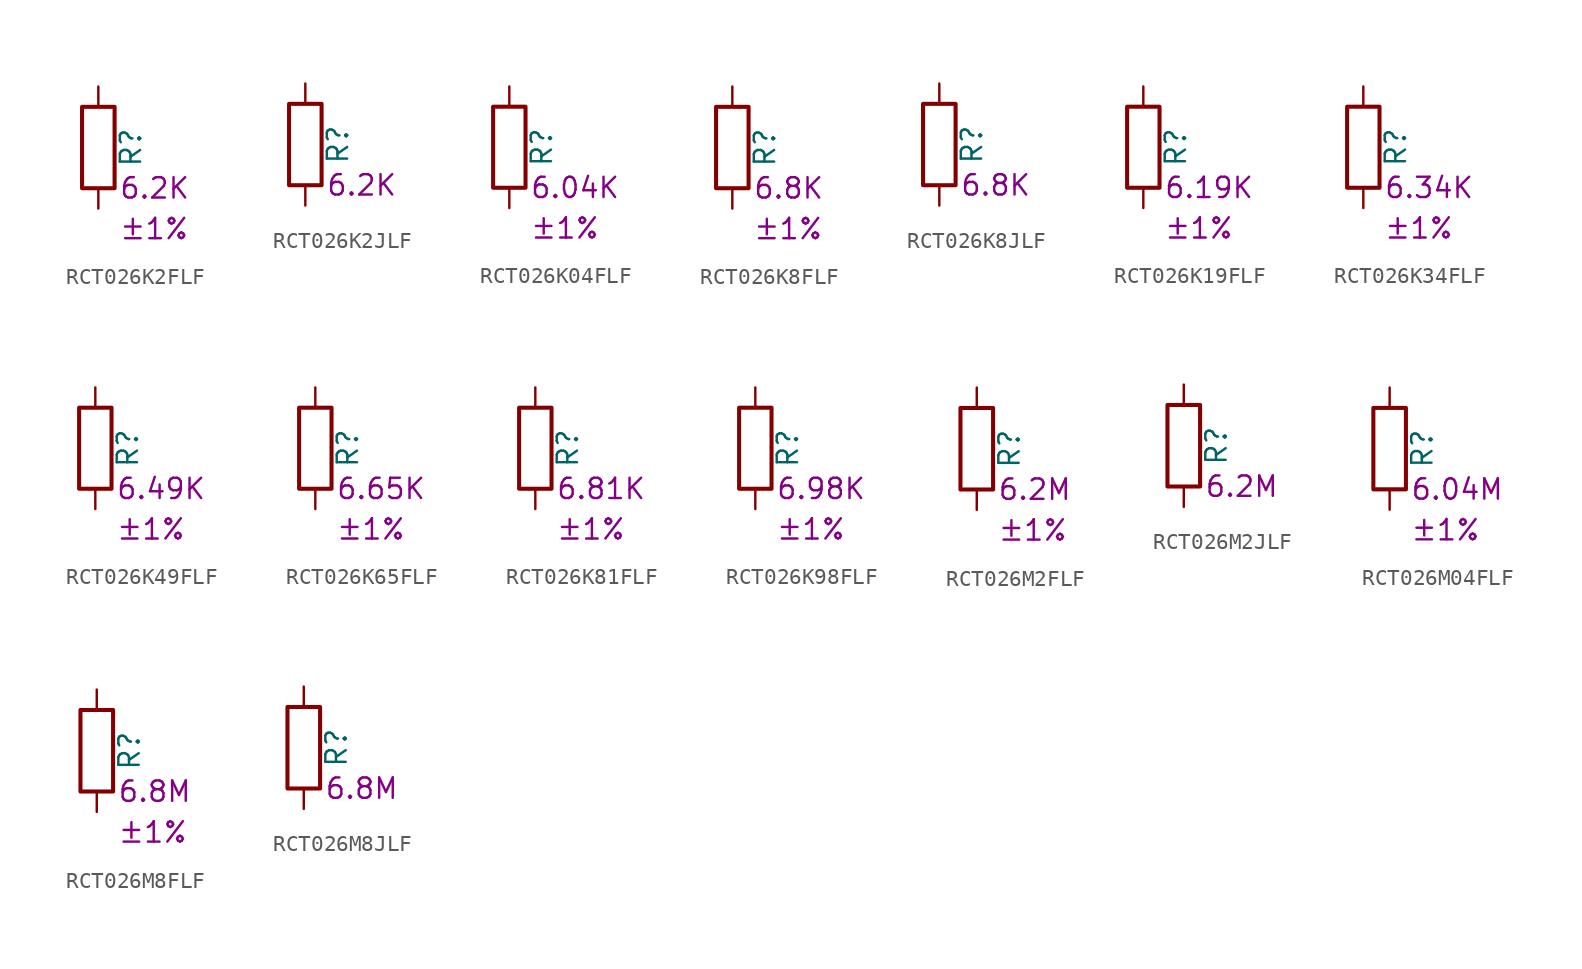
<source format=kicad_sym>
(kicad_symbol_lib
  (version 20220914)
  (generator kicad_symbol_editor)
  (symbol "RCT026K2FLF"
    (pin_numbers hide)
    (pin_names
      (offset 0))
    (property "Reference" "R"
      (at 2.032 0 90)
      (effects (font (size 1.27 1.27))))
    (property "Resistance" "6.2K"
      (at 1.27 -2.54 0)
      (effects (font (size 1.27 1.27)) (justify left)))
    (property "Tolerance" "±1%"
      (at 1.27 -5.08 0)
      (effects (font (size 1.27 1.27)) (justify left)))
    (symbol "RCT026K2FLF_0_1"
      (rectangle (start -1.016 -2.54) (end 1.016 2.54) (stroke (width 0.254) (type default)) (fill (type none))))
    (symbol "RCT026K2FLF_1_1"
      (pin passive line (at 0 3.81 270) (length 1.27) (name "~" (effects (font (size 1.27 1.27)))) (number "1" (effects (font (size 1.27 1.27)))))
      (pin passive line (at 0 -3.81 90) (length 1.27) (name "~" (effects (font (size 1.27 1.27)))) (number "2" (effects (font (size 1.27 1.27)))))))
  (symbol "RCT026K2JLF"
    (pin_numbers hide)
    (pin_names
      (offset 0))
    (property "Reference" "R"
      (at 2.032 0 90)
      (effects (font (size 1.27 1.27))))
    (property "Resistance" "6.2K"
      (at 1.27 -2.54 0)
      (effects (font (size 1.27 1.27)) (justify left)))
    (symbol "RCT026K2JLF_0_1"
      (rectangle (start -1.016 -2.54) (end 1.016 2.54) (stroke (width 0.254) (type default)) (fill (type none))))
    (symbol "RCT026K2JLF_1_1"
      (pin passive line (at 0 3.81 270) (length 1.27) (name "~" (effects (font (size 1.27 1.27)))) (number "1" (effects (font (size 1.27 1.27)))))
      (pin passive line (at 0 -3.81 90) (length 1.27) (name "~" (effects (font (size 1.27 1.27)))) (number "2" (effects (font (size 1.27 1.27)))))))
  (symbol "RCT026K04FLF"
    (pin_numbers hide)
    (pin_names
      (offset 0))
    (property "Reference" "R"
      (at 2.032 0 90)
      (effects (font (size 1.27 1.27))))
    (property "Resistance" "6.04K"
      (at 1.27 -2.54 0)
      (effects (font (size 1.27 1.27)) (justify left)))
    (property "Tolerance" "±1%"
      (at 1.27 -5.08 0)
      (effects (font (size 1.27 1.27)) (justify left)))
    (symbol "RCT026K04FLF_0_1"
      (rectangle (start -1.016 -2.54) (end 1.016 2.54) (stroke (width 0.254) (type default)) (fill (type none))))
    (symbol "RCT026K04FLF_1_1"
      (pin passive line (at 0 3.81 270) (length 1.27) (name "~" (effects (font (size 1.27 1.27)))) (number "1" (effects (font (size 1.27 1.27)))))
      (pin passive line (at 0 -3.81 90) (length 1.27) (name "~" (effects (font (size 1.27 1.27)))) (number "2" (effects (font (size 1.27 1.27)))))))
  (symbol "RCT026K8FLF"
    (pin_numbers hide)
    (pin_names
      (offset 0))
    (property "Reference" "R"
      (at 2.032 0 90)
      (effects (font (size 1.27 1.27))))
    (property "Resistance" "6.8K"
      (at 1.27 -2.54 0)
      (effects (font (size 1.27 1.27)) (justify left)))
    (property "Tolerance" "±1%"
      (at 1.27 -5.08 0)
      (effects (font (size 1.27 1.27)) (justify left)))
    (symbol "RCT026K8FLF_0_1"
      (rectangle (start -1.016 -2.54) (end 1.016 2.54) (stroke (width 0.254) (type default)) (fill (type none))))
    (symbol "RCT026K8FLF_1_1"
      (pin passive line (at 0 3.81 270) (length 1.27) (name "~" (effects (font (size 1.27 1.27)))) (number "1" (effects (font (size 1.27 1.27)))))
      (pin passive line (at 0 -3.81 90) (length 1.27) (name "~" (effects (font (size 1.27 1.27)))) (number "2" (effects (font (size 1.27 1.27)))))))
  (symbol "RCT026K8JLF"
    (pin_numbers hide)
    (pin_names
      (offset 0))
    (property "Reference" "R"
      (at 2.032 0 90)
      (effects (font (size 1.27 1.27))))
    (property "Resistance" "6.8K"
      (at 1.27 -2.54 0)
      (effects (font (size 1.27 1.27)) (justify left)))
    (symbol "RCT026K8JLF_0_1"
      (rectangle (start -1.016 -2.54) (end 1.016 2.54) (stroke (width 0.254) (type default)) (fill (type none))))
    (symbol "RCT026K8JLF_1_1"
      (pin passive line (at 0 3.81 270) (length 1.27) (name "~" (effects (font (size 1.27 1.27)))) (number "1" (effects (font (size 1.27 1.27)))))
      (pin passive line (at 0 -3.81 90) (length 1.27) (name "~" (effects (font (size 1.27 1.27)))) (number "2" (effects (font (size 1.27 1.27)))))))
  (symbol "RCT026K19FLF"
    (pin_numbers hide)
    (pin_names
      (offset 0))
    (property "Reference" "R"
      (at 2.032 0 90)
      (effects (font (size 1.27 1.27))))
    (property "Resistance" "6.19K"
      (at 1.27 -2.54 0)
      (effects (font (size 1.27 1.27)) (justify left)))
    (property "Tolerance" "±1%"
      (at 1.27 -5.08 0)
      (effects (font (size 1.27 1.27)) (justify left)))
    (symbol "RCT026K19FLF_0_1"
      (rectangle (start -1.016 -2.54) (end 1.016 2.54) (stroke (width 0.254) (type default)) (fill (type none))))
    (symbol "RCT026K19FLF_1_1"
      (pin passive line (at 0 3.81 270) (length 1.27) (name "~" (effects (font (size 1.27 1.27)))) (number "1" (effects (font (size 1.27 1.27)))))
      (pin passive line (at 0 -3.81 90) (length 1.27) (name "~" (effects (font (size 1.27 1.27)))) (number "2" (effects (font (size 1.27 1.27)))))))
  (symbol "RCT026K34FLF"
    (pin_numbers hide)
    (pin_names
      (offset 0))
    (property "Reference" "R"
      (at 2.032 0 90)
      (effects (font (size 1.27 1.27))))
    (property "Resistance" "6.34K"
      (at 1.27 -2.54 0)
      (effects (font (size 1.27 1.27)) (justify left)))
    (property "Tolerance" "±1%"
      (at 1.27 -5.08 0)
      (effects (font (size 1.27 1.27)) (justify left)))
    (symbol "RCT026K34FLF_0_1"
      (rectangle (start -1.016 -2.54) (end 1.016 2.54) (stroke (width 0.254) (type default)) (fill (type none))))
    (symbol "RCT026K34FLF_1_1"
      (pin passive line (at 0 3.81 270) (length 1.27) (name "~" (effects (font (size 1.27 1.27)))) (number "1" (effects (font (size 1.27 1.27)))))
      (pin passive line (at 0 -3.81 90) (length 1.27) (name "~" (effects (font (size 1.27 1.27)))) (number "2" (effects (font (size 1.27 1.27)))))))
  (symbol "RCT026K49FLF"
    (pin_numbers hide)
    (pin_names
      (offset 0))
    (property "Reference" "R"
      (at 2.032 0 90)
      (effects (font (size 1.27 1.27))))
    (property "Resistance" "6.49K"
      (at 1.27 -2.54 0)
      (effects (font (size 1.27 1.27)) (justify left)))
    (property "Tolerance" "±1%"
      (at 1.27 -5.08 0)
      (effects (font (size 1.27 1.27)) (justify left)))
    (symbol "RCT026K49FLF_0_1"
      (rectangle (start -1.016 -2.54) (end 1.016 2.54) (stroke (width 0.254) (type default)) (fill (type none))))
    (symbol "RCT026K49FLF_1_1"
      (pin passive line (at 0 3.81 270) (length 1.27) (name "~" (effects (font (size 1.27 1.27)))) (number "1" (effects (font (size 1.27 1.27)))))
      (pin passive line (at 0 -3.81 90) (length 1.27) (name "~" (effects (font (size 1.27 1.27)))) (number "2" (effects (font (size 1.27 1.27)))))))
  (symbol "RCT026K65FLF"
    (pin_numbers hide)
    (pin_names
      (offset 0))
    (property "Reference" "R"
      (at 2.032 0 90)
      (effects (font (size 1.27 1.27))))
    (property "Resistance" "6.65K"
      (at 1.27 -2.54 0)
      (effects (font (size 1.27 1.27)) (justify left)))
    (property "Tolerance" "±1%"
      (at 1.27 -5.08 0)
      (effects (font (size 1.27 1.27)) (justify left)))
    (symbol "RCT026K65FLF_0_1"
      (rectangle (start -1.016 -2.54) (end 1.016 2.54) (stroke (width 0.254) (type default)) (fill (type none))))
    (symbol "RCT026K65FLF_1_1"
      (pin passive line (at 0 3.81 270) (length 1.27) (name "~" (effects (font (size 1.27 1.27)))) (number "1" (effects (font (size 1.27 1.27)))))
      (pin passive line (at 0 -3.81 90) (length 1.27) (name "~" (effects (font (size 1.27 1.27)))) (number "2" (effects (font (size 1.27 1.27)))))))
  (symbol "RCT026K81FLF"
    (pin_numbers hide)
    (pin_names
      (offset 0))
    (property "Reference" "R"
      (at 2.032 0 90)
      (effects (font (size 1.27 1.27))))
    (property "Resistance" "6.81K"
      (at 1.27 -2.54 0)
      (effects (font (size 1.27 1.27)) (justify left)))
    (property "Tolerance" "±1%"
      (at 1.27 -5.08 0)
      (effects (font (size 1.27 1.27)) (justify left)))
    (symbol "RCT026K81FLF_0_1"
      (rectangle (start -1.016 -2.54) (end 1.016 2.54) (stroke (width 0.254) (type default)) (fill (type none))))
    (symbol "RCT026K81FLF_1_1"
      (pin passive line (at 0 3.81 270) (length 1.27) (name "~" (effects (font (size 1.27 1.27)))) (number "1" (effects (font (size 1.27 1.27)))))
      (pin passive line (at 0 -3.81 90) (length 1.27) (name "~" (effects (font (size 1.27 1.27)))) (number "2" (effects (font (size 1.27 1.27)))))))
  (symbol "RCT026K98FLF"
    (pin_numbers hide)
    (pin_names
      (offset 0))
    (property "Reference" "R"
      (at 2.032 0 90)
      (effects (font (size 1.27 1.27))))
    (property "Resistance" "6.98K"
      (at 1.27 -2.54 0)
      (effects (font (size 1.27 1.27)) (justify left)))
    (property "Tolerance" "±1%"
      (at 1.27 -5.08 0)
      (effects (font (size 1.27 1.27)) (justify left)))
    (symbol "RCT026K98FLF_0_1"
      (rectangle (start -1.016 -2.54) (end 1.016 2.54) (stroke (width 0.254) (type default)) (fill (type none))))
    (symbol "RCT026K98FLF_1_1"
      (pin passive line (at 0 3.81 270) (length 1.27) (name "~" (effects (font (size 1.27 1.27)))) (number "1" (effects (font (size 1.27 1.27)))))
      (pin passive line (at 0 -3.81 90) (length 1.27) (name "~" (effects (font (size 1.27 1.27)))) (number "2" (effects (font (size 1.27 1.27)))))))
  (symbol "RCT026M2FLF"
    (pin_numbers hide)
    (pin_names
      (offset 0))
    (property "Reference" "R"
      (at 2.032 0 90)
      (effects (font (size 1.27 1.27))))
    (property "Resistance" "6.2M"
      (at 1.27 -2.54 0)
      (effects (font (size 1.27 1.27)) (justify left)))
    (property "Tolerance" "±1%"
      (at 1.27 -5.08 0)
      (effects (font (size 1.27 1.27)) (justify left)))
    (symbol "RCT026M2FLF_0_1"
      (rectangle (start -1.016 -2.54) (end 1.016 2.54) (stroke (width 0.254) (type default)) (fill (type none))))
    (symbol "RCT026M2FLF_1_1"
      (pin passive line (at 0 3.81 270) (length 1.27) (name "~" (effects (font (size 1.27 1.27)))) (number "1" (effects (font (size 1.27 1.27)))))
      (pin passive line (at 0 -3.81 90) (length 1.27) (name "~" (effects (font (size 1.27 1.27)))) (number "2" (effects (font (size 1.27 1.27)))))))
  (symbol "RCT026M2JLF"
    (pin_numbers hide)
    (pin_names
      (offset 0))
    (property "Reference" "R"
      (at 2.032 0 90)
      (effects (font (size 1.27 1.27))))
    (property "Resistance" "6.2M"
      (at 1.27 -2.54 0)
      (effects (font (size 1.27 1.27)) (justify left)))
    (symbol "RCT026M2JLF_0_1"
      (rectangle (start -1.016 -2.54) (end 1.016 2.54) (stroke (width 0.254) (type default)) (fill (type none))))
    (symbol "RCT026M2JLF_1_1"
      (pin passive line (at 0 3.81 270) (length 1.27) (name "~" (effects (font (size 1.27 1.27)))) (number "1" (effects (font (size 1.27 1.27)))))
      (pin passive line (at 0 -3.81 90) (length 1.27) (name "~" (effects (font (size 1.27 1.27)))) (number "2" (effects (font (size 1.27 1.27)))))))
  (symbol "RCT026M04FLF"
    (pin_numbers hide)
    (pin_names
      (offset 0))
    (property "Reference" "R"
      (at 2.032 0 90)
      (effects (font (size 1.27 1.27))))
    (property "Resistance" "6.04M"
      (at 1.27 -2.54 0)
      (effects (font (size 1.27 1.27)) (justify left)))
    (property "Tolerance" "±1%"
      (at 1.27 -5.08 0)
      (effects (font (size 1.27 1.27)) (justify left)))
    (symbol "RCT026M04FLF_0_1"
      (rectangle (start -1.016 -2.54) (end 1.016 2.54) (stroke (width 0.254) (type default)) (fill (type none))))
    (symbol "RCT026M04FLF_1_1"
      (pin passive line (at 0 3.81 270) (length 1.27) (name "~" (effects (font (size 1.27 1.27)))) (number "1" (effects (font (size 1.27 1.27)))))
      (pin passive line (at 0 -3.81 90) (length 1.27) (name "~" (effects (font (size 1.27 1.27)))) (number "2" (effects (font (size 1.27 1.27)))))))
  (symbol "RCT026M8FLF"
    (pin_numbers hide)
    (pin_names
      (offset 0))
    (property "Reference" "R"
      (at 2.032 0 90)
      (effects (font (size 1.27 1.27))))
    (property "Resistance" "6.8M"
      (at 1.27 -2.54 0)
      (effects (font (size 1.27 1.27)) (justify left)))
    (property "Tolerance" "±1%"
      (at 1.27 -5.08 0)
      (effects (font (size 1.27 1.27)) (justify left)))
    (symbol "RCT026M8FLF_0_1"
      (rectangle (start -1.016 -2.54) (end 1.016 2.54) (stroke (width 0.254) (type default)) (fill (type none))))
    (symbol "RCT026M8FLF_1_1"
      (pin passive line (at 0 3.81 270) (length 1.27) (name "~" (effects (font (size 1.27 1.27)))) (number "1" (effects (font (size 1.27 1.27)))))
      (pin passive line (at 0 -3.81 90) (length 1.27) (name "~" (effects (font (size 1.27 1.27)))) (number "2" (effects (font (size 1.27 1.27)))))))
  (symbol "RCT026M8JLF"
    (pin_numbers hide)
    (pin_names
      (offset 0))
    (property "Reference" "R"
      (at 2.032 0 90)
      (effects (font (size 1.27 1.27))))
    (property "Resistance" "6.8M"
      (at 1.27 -2.54 0)
      (effects (font (size 1.27 1.27)) (justify left)))
    (symbol "RCT026M8JLF_0_1"
      (rectangle (start -1.016 -2.54) (end 1.016 2.54) (stroke (width 0.254) (type default)) (fill (type none))))
    (symbol "RCT026M8JLF_1_1"
      (pin passive line (at 0 3.81 270) (length 1.27) (name "~" (effects (font (size 1.27 1.27)))) (number "1" (effects (font (size 1.27 1.27)))))
      (pin passive line (at 0 -3.81 90) (length 1.27) (name "~" (effects (font (size 1.27 1.27)))) (number "2" (effects (font (size 1.27 1.27))))))))
</source>
